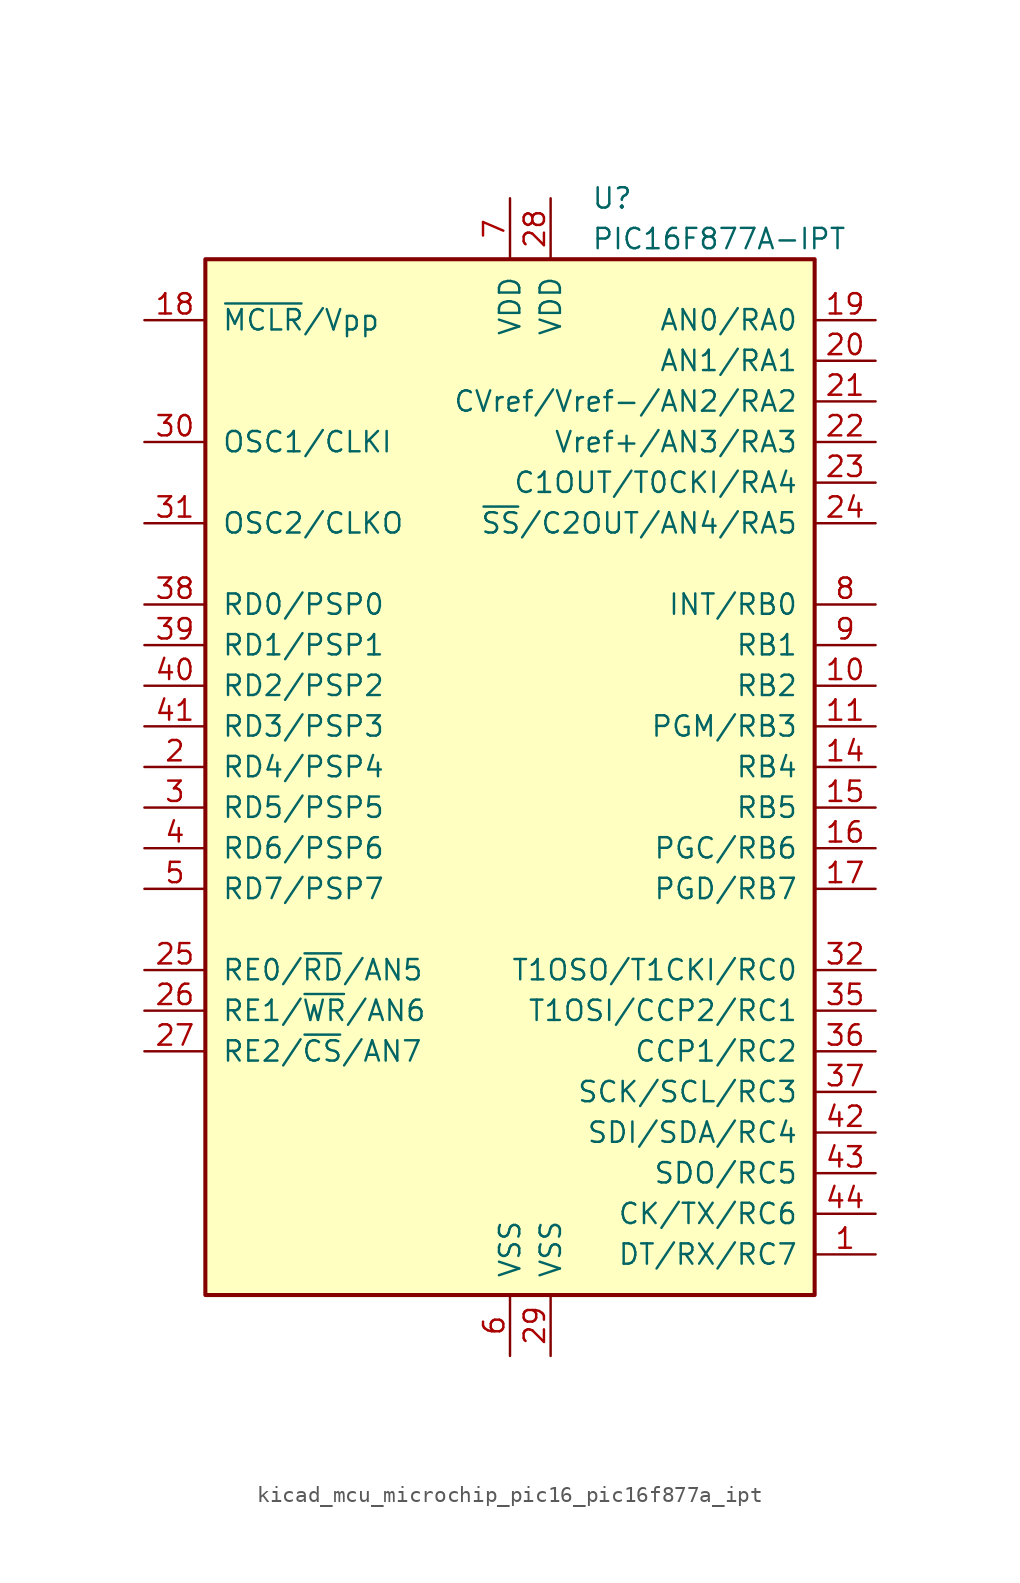
<source format=kicad_sym>
(kicad_symbol_lib
  (version 20220914)
  (generator kicad_symbol_editor)
  (symbol "kicad_mcu_microchip_pic16_pic16f877a_ipt"
    (pin_names
      (offset 1.016))
    (property "Reference" "U"
      (at 5.08 35.56 0)
      (effects (font (size 1.27 1.27)) (justify left)))
    (property "Value" "PIC16F877A-IPT"
      (at 5.08 33.02 0)
      (effects (font (size 1.27 1.27)) (justify left)))
    (symbol "kicad_mcu_microchip_pic16_pic16f877a_ipt_0_1"
      (rectangle (start -19.05 31.75) (end 19.05 -33.02) (stroke (width 0.254) (type default)) (fill (type background))))
    (symbol "kicad_mcu_microchip_pic16_pic16f877a_ipt_1_1"
      (pin bidirectional line (at 22.86 -30.48 180) (length 3.81) (name "DT/RX/RC7" (effects (font (size 1.27 1.27)))) (number "1" (effects (font (size 1.27 1.27)))))
      (pin bidirectional line (at 22.86 5.08 180) (length 3.81) (name "RB2" (effects (font (size 1.27 1.27)))) (number "10" (effects (font (size 1.27 1.27)))))
      (pin bidirectional line (at 22.86 2.54 180) (length 3.81) (name "PGM/RB3" (effects (font (size 1.27 1.27)))) (number "11" (effects (font (size 1.27 1.27)))))
      (pin bidirectional line (at 22.86 0 180) (length 3.81) (name "RB4" (effects (font (size 1.27 1.27)))) (number "14" (effects (font (size 1.27 1.27)))))
      (pin bidirectional line (at 22.86 -2.54 180) (length 3.81) (name "RB5" (effects (font (size 1.27 1.27)))) (number "15" (effects (font (size 1.27 1.27)))))
      (pin bidirectional line (at 22.86 -5.08 180) (length 3.81) (name "PGC/RB6" (effects (font (size 1.27 1.27)))) (number "16" (effects (font (size 1.27 1.27)))))
      (pin bidirectional line (at 22.86 -7.62 180) (length 3.81) (name "PGD/RB7" (effects (font (size 1.27 1.27)))) (number "17" (effects (font (size 1.27 1.27)))))
      (pin input line (at -22.86 27.94 0) (length 3.81) (name "~{MCLR}/Vpp" (effects (font (size 1.27 1.27)))) (number "18" (effects (font (size 1.27 1.27)))))
      (pin bidirectional line (at 22.86 27.94 180) (length 3.81) (name "AN0/RA0" (effects (font (size 1.27 1.27)))) (number "19" (effects (font (size 1.27 1.27)))))
      (pin bidirectional line (at -22.86 0 0) (length 3.81) (name "RD4/PSP4" (effects (font (size 1.27 1.27)))) (number "2" (effects (font (size 1.27 1.27)))))
      (pin bidirectional line (at 22.86 25.4 180) (length 3.81) (name "AN1/RA1" (effects (font (size 1.27 1.27)))) (number "20" (effects (font (size 1.27 1.27)))))
      (pin bidirectional line (at 22.86 22.86 180) (length 3.81) (name "CVref/Vref-/AN2/RA2" (effects (font (size 1.27 1.27)))) (number "21" (effects (font (size 1.27 1.27)))))
      (pin bidirectional line (at 22.86 20.32 180) (length 3.81) (name "Vref+/AN3/RA3" (effects (font (size 1.27 1.27)))) (number "22" (effects (font (size 1.27 1.27)))))
      (pin bidirectional line (at 22.86 17.78 180) (length 3.81) (name "C1OUT/T0CKI/RA4" (effects (font (size 1.27 1.27)))) (number "23" (effects (font (size 1.27 1.27)))))
      (pin bidirectional line (at 22.86 15.24 180) (length 3.81) (name "~{SS}/C2OUT/AN4/RA5" (effects (font (size 1.27 1.27)))) (number "24" (effects (font (size 1.27 1.27)))))
      (pin bidirectional line (at -22.86 -12.7 0) (length 3.81) (name "RE0/~{RD}/AN5" (effects (font (size 1.27 1.27)))) (number "25" (effects (font (size 1.27 1.27)))))
      (pin bidirectional line (at -22.86 -15.24 0) (length 3.81) (name "RE1/~{WR}/AN6" (effects (font (size 1.27 1.27)))) (number "26" (effects (font (size 1.27 1.27)))))
      (pin bidirectional line (at -22.86 -17.78 0) (length 3.81) (name "RE2/~{CS}/AN7" (effects (font (size 1.27 1.27)))) (number "27" (effects (font (size 1.27 1.27)))))
      (pin power_in line (at 2.54 35.56 270) (length 3.81) (name "VDD" (effects (font (size 1.27 1.27)))) (number "28" (effects (font (size 1.27 1.27)))))
      (pin power_in line (at 2.54 -36.83 90) (length 3.81) (name "VSS" (effects (font (size 1.27 1.27)))) (number "29" (effects (font (size 1.27 1.27)))))
      (pin bidirectional line (at -22.86 -2.54 0) (length 3.81) (name "RD5/PSP5" (effects (font (size 1.27 1.27)))) (number "3" (effects (font (size 1.27 1.27)))))
      (pin input line (at -22.86 20.32 0) (length 3.81) (name "OSC1/CLKI" (effects (font (size 1.27 1.27)))) (number "30" (effects (font (size 1.27 1.27)))))
      (pin output line (at -22.86 15.24 0) (length 3.81) (name "OSC2/CLKO" (effects (font (size 1.27 1.27)))) (number "31" (effects (font (size 1.27 1.27)))))
      (pin bidirectional line (at 22.86 -12.7 180) (length 3.81) (name "T1OSO/T1CKI/RC0" (effects (font (size 1.27 1.27)))) (number "32" (effects (font (size 1.27 1.27)))))
      (pin bidirectional line (at 22.86 -15.24 180) (length 3.81) (name "T1OSI/CCP2/RC1" (effects (font (size 1.27 1.27)))) (number "35" (effects (font (size 1.27 1.27)))))
      (pin bidirectional line (at 22.86 -17.78 180) (length 3.81) (name "CCP1/RC2" (effects (font (size 1.27 1.27)))) (number "36" (effects (font (size 1.27 1.27)))))
      (pin bidirectional line (at 22.86 -20.32 180) (length 3.81) (name "SCK/SCL/RC3" (effects (font (size 1.27 1.27)))) (number "37" (effects (font (size 1.27 1.27)))))
      (pin bidirectional line (at -22.86 10.16 0) (length 3.81) (name "RD0/PSP0" (effects (font (size 1.27 1.27)))) (number "38" (effects (font (size 1.27 1.27)))))
      (pin bidirectional line (at -22.86 7.62 0) (length 3.81) (name "RD1/PSP1" (effects (font (size 1.27 1.27)))) (number "39" (effects (font (size 1.27 1.27)))))
      (pin bidirectional line (at -22.86 -5.08 0) (length 3.81) (name "RD6/PSP6" (effects (font (size 1.27 1.27)))) (number "4" (effects (font (size 1.27 1.27)))))
      (pin bidirectional line (at -22.86 5.08 0) (length 3.81) (name "RD2/PSP2" (effects (font (size 1.27 1.27)))) (number "40" (effects (font (size 1.27 1.27)))))
      (pin bidirectional line (at -22.86 2.54 0) (length 3.81) (name "RD3/PSP3" (effects (font (size 1.27 1.27)))) (number "41" (effects (font (size 1.27 1.27)))))
      (pin bidirectional line (at 22.86 -22.86 180) (length 3.81) (name "SDI/SDA/RC4" (effects (font (size 1.27 1.27)))) (number "42" (effects (font (size 1.27 1.27)))))
      (pin bidirectional line (at 22.86 -25.4 180) (length 3.81) (name "SDO/RC5" (effects (font (size 1.27 1.27)))) (number "43" (effects (font (size 1.27 1.27)))))
      (pin bidirectional line (at 22.86 -27.94 180) (length 3.81) (name "CK/TX/RC6" (effects (font (size 1.27 1.27)))) (number "44" (effects (font (size 1.27 1.27)))))
      (pin bidirectional line (at -22.86 -7.62 0) (length 3.81) (name "RD7/PSP7" (effects (font (size 1.27 1.27)))) (number "5" (effects (font (size 1.27 1.27)))))
      (pin power_in line (at 0 -36.83 90) (length 3.81) (name "VSS" (effects (font (size 1.27 1.27)))) (number "6" (effects (font (size 1.27 1.27)))))
      (pin power_in line (at 0 35.56 270) (length 3.81) (name "VDD" (effects (font (size 1.27 1.27)))) (number "7" (effects (font (size 1.27 1.27)))))
      (pin bidirectional line (at 22.86 10.16 180) (length 3.81) (name "INT/RB0" (effects (font (size 1.27 1.27)))) (number "8" (effects (font (size 1.27 1.27)))))
      (pin bidirectional line (at 22.86 7.62 180) (length 3.81) (name "RB1" (effects (font (size 1.27 1.27)))) (number "9" (effects (font (size 1.27 1.27))))))))
</source>
